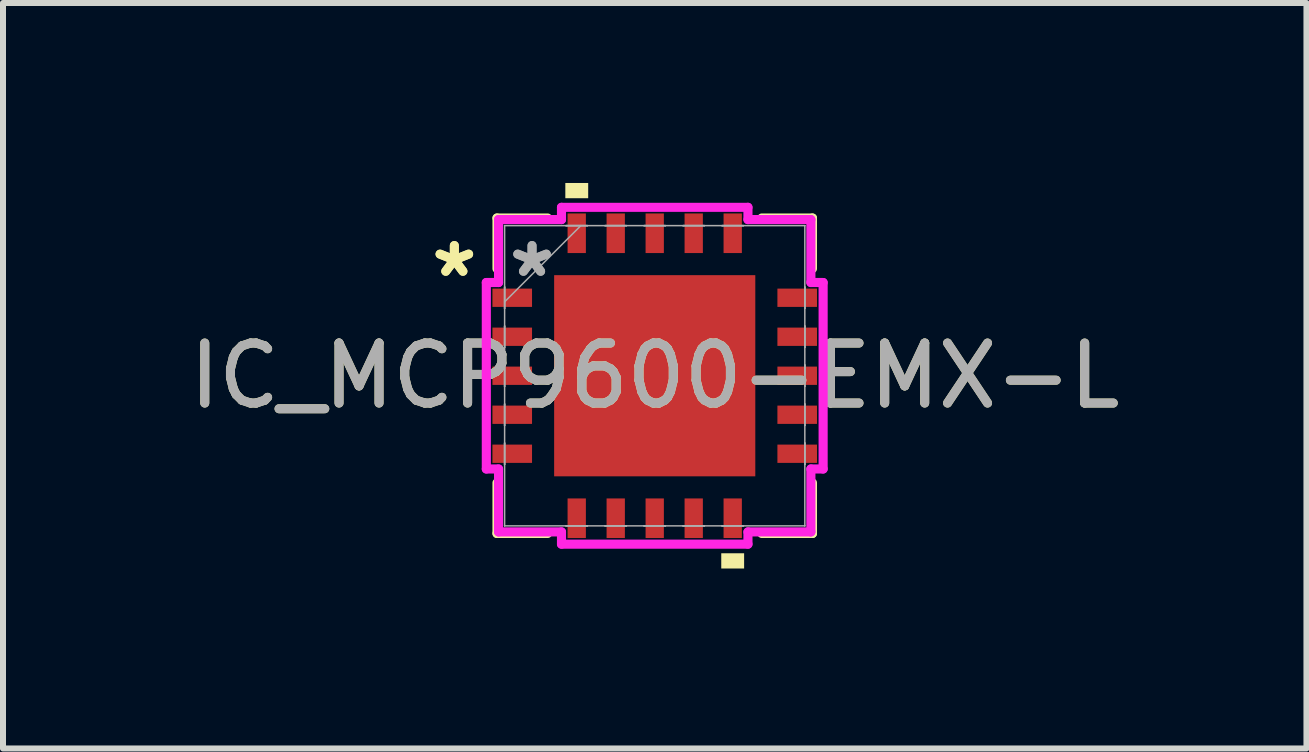
<source format=kicad_pcb>
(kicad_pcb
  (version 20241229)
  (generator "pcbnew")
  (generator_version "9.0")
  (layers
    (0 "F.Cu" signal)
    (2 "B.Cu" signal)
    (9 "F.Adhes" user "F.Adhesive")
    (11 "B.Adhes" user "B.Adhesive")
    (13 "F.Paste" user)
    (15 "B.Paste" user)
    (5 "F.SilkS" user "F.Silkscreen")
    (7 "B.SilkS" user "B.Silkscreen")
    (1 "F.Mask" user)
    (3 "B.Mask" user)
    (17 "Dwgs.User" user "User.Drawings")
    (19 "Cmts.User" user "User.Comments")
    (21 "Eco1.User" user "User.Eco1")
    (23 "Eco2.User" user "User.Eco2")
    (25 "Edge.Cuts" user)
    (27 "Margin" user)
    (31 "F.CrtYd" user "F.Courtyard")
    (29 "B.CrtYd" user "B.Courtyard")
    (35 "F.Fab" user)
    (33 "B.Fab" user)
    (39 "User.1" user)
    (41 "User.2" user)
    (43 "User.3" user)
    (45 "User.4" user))
  (footprint "IC_MCP9600-EMX-L"
    (layer "F.Cu")
    (at 7.863 3.213)
    (property "Reference" "IC_MCP9600-EMX-L" (at 0 0 0) (unlocked yes) (layer "F.SilkS") (effects (font (size 1 1) (thickness 0.15))))
    (attr smd)
    (fp_line (start -2.629 -2.629) (end -2.629 -1.785) (stroke (width 0.152) (type solid)) (layer "F.SilkS"))
    (fp_line (start -2.629 1.785) (end -2.629 2.629) (stroke (width 0.152) (type solid)) (layer "F.SilkS"))
    (fp_line (start -2.629 2.629) (end -1.785 2.629) (stroke (width 0.152) (type solid)) (layer "F.SilkS"))
    (fp_line (start -1.785 -2.629) (end -2.629 -2.629) (stroke (width 0.152) (type solid)) (layer "F.SilkS"))
    (fp_line (start 1.785 2.629) (end 2.629 2.629) (stroke (width 0.152) (type solid)) (layer "F.SilkS"))
    (fp_line (start 2.629 -2.629) (end 1.785 -2.629) (stroke (width 0.152) (type solid)) (layer "F.SilkS"))
    (fp_line (start 2.629 -1.785) (end 2.629 -2.629) (stroke (width 0.152) (type solid)) (layer "F.SilkS"))
    (fp_line (start 2.629 2.629) (end 2.629 1.785) (stroke (width 0.152) (type solid)) (layer "F.SilkS"))
    (fp_poly (pts (xy -1.49 -2.959) (xy -1.49 -3.213) (xy -1.109 -3.213) (xy -1.109 -2.959)) (stroke (width 0) (type solid)) (fill yes) (layer "F.SilkS"))
    (fp_poly (pts (xy 1.109 2.959) (xy 1.109 3.213) (xy 1.49 3.213) (xy 1.49 2.959)) (stroke (width 0) (type solid)) (fill yes) (layer "F.SilkS"))
    (fp_poly (pts (xy -1.576 -1.576) (xy -1.576 -0.1) (xy -0.1 -0.1) (xy -0.1 -1.576)) (stroke (width 0) (type solid)) (fill yes) (layer "F.Paste"))
    (fp_poly (pts (xy -1.576 0.1) (xy -1.576 1.576) (xy -0.1 1.576) (xy -0.1 0.1)) (stroke (width 0) (type solid)) (fill yes) (layer "F.Paste"))
    (fp_poly (pts (xy 0.1 -1.576) (xy 0.1 -0.1) (xy 1.576 -0.1) (xy 1.576 -1.576)) (stroke (width 0) (type solid)) (fill yes) (layer "F.Paste"))
    (fp_poly (pts (xy 0.1 0.1) (xy 0.1 1.576) (xy 1.576 1.576) (xy 1.576 0.1)) (stroke (width 0) (type solid)) (fill yes) (layer "F.Paste"))
    (fp_line (start -2.807 -1.554) (end -2.603 -1.554) (stroke (width 0.152) (type solid)) (layer "F.CrtYd"))
    (fp_line (start -2.807 1.554) (end -2.807 -1.554) (stroke (width 0.152) (type solid)) (layer "F.CrtYd"))
    (fp_line (start -2.603 -2.603) (end -1.554 -2.603) (stroke (width 0.152) (type solid)) (layer "F.CrtYd"))
    (fp_line (start -2.603 -1.554) (end -2.603 -2.603) (stroke (width 0.152) (type solid)) (layer "F.CrtYd"))
    (fp_line (start -2.603 1.554) (end -2.807 1.554) (stroke (width 0.152) (type solid)) (layer "F.CrtYd"))
    (fp_line (start -2.603 2.603) (end -2.603 1.554) (stroke (width 0.152) (type solid)) (layer "F.CrtYd"))
    (fp_line (start -1.554 -2.807) (end 1.554 -2.807) (stroke (width 0.152) (type solid)) (layer "F.CrtYd"))
    (fp_line (start -1.554 -2.603) (end -1.554 -2.807) (stroke (width 0.152) (type solid)) (layer "F.CrtYd"))
    (fp_line (start -1.554 2.603) (end -2.603 2.603) (stroke (width 0.152) (type solid)) (layer "F.CrtYd"))
    (fp_line (start -1.554 2.807) (end -1.554 2.603) (stroke (width 0.152) (type solid)) (layer "F.CrtYd"))
    (fp_line (start 1.554 -2.807) (end 1.554 -2.603) (stroke (width 0.152) (type solid)) (layer "F.CrtYd"))
    (fp_line (start 1.554 -2.603) (end 2.603 -2.603) (stroke (width 0.152) (type solid)) (layer "F.CrtYd"))
    (fp_line (start 1.554 2.603) (end 1.554 2.807) (stroke (width 0.152) (type solid)) (layer "F.CrtYd"))
    (fp_line (start 1.554 2.807) (end -1.554 2.807) (stroke (width 0.152) (type solid)) (layer "F.CrtYd"))
    (fp_line (start 2.603 -2.603) (end 2.603 -1.554) (stroke (width 0.152) (type solid)) (layer "F.CrtYd"))
    (fp_line (start 2.603 -1.554) (end 2.807 -1.554) (stroke (width 0.152) (type solid)) (layer "F.CrtYd"))
    (fp_line (start 2.603 1.554) (end 2.603 2.603) (stroke (width 0.152) (type solid)) (layer "F.CrtYd"))
    (fp_line (start 2.603 2.603) (end 1.554 2.603) (stroke (width 0.152) (type solid)) (layer "F.CrtYd"))
    (fp_line (start 2.807 -1.554) (end 2.807 1.554) (stroke (width 0.152) (type solid)) (layer "F.CrtYd"))
    (fp_line (start 2.807 1.554) (end 2.603 1.554) (stroke (width 0.152) (type solid)) (layer "F.CrtYd"))
    (fp_line (start -2.502 -2.502) (end -2.502 -2.502) (stroke (width 0.025) (type solid)) (layer "F.Fab"))
    (fp_line (start -2.502 -2.502) (end -2.502 2.502) (stroke (width 0.025) (type solid)) (layer "F.Fab"))
    (fp_line (start -2.502 -1.478) (end -2.502 -1.478) (stroke (width 0.025) (type solid)) (layer "F.Fab"))
    (fp_line (start -2.502 -1.478) (end -2.502 -1.122) (stroke (width 0.025) (type solid)) (layer "F.Fab"))
    (fp_line (start -2.502 -1.232) (end -1.232 -2.502) (stroke (width 0.025) (type solid)) (layer "F.Fab"))
    (fp_line (start -2.502 -1.122) (end -2.502 -1.478) (stroke (width 0.025) (type solid)) (layer "F.Fab"))
    (fp_line (start -2.502 -1.122) (end -2.502 -1.122) (stroke (width 0.025) (type solid)) (layer "F.Fab"))
    (fp_line (start -2.502 -0.828) (end -2.502 -0.828) (stroke (width 0.025) (type solid)) (layer "F.Fab"))
    (fp_line (start -2.502 -0.828) (end -2.502 -0.472) (stroke (width 0.025) (type solid)) (layer "F.Fab"))
    (fp_line (start -2.502 -0.472) (end -2.502 -0.828) (stroke (width 0.025) (type solid)) (layer "F.Fab"))
    (fp_line (start -2.502 -0.472) (end -2.502 -0.472) (stroke (width 0.025) (type solid)) (layer "F.Fab"))
    (fp_line (start -2.502 -0.178) (end -2.502 -0.178) (stroke (width 0.025) (type solid)) (layer "F.Fab"))
    (fp_line (start -2.502 -0.178) (end -2.502 0.178) (stroke (width 0.025) (type solid)) (layer "F.Fab"))
    (fp_line (start -2.502 0.178) (end -2.502 -0.178) (stroke (width 0.025) (type solid)) (layer "F.Fab"))
    (fp_line (start -2.502 0.178) (end -2.502 0.178) (stroke (width 0.025) (type solid)) (layer "F.Fab"))
    (fp_line (start -2.502 0.472) (end -2.502 0.472) (stroke (width 0.025) (type solid)) (layer "F.Fab"))
    (fp_line (start -2.502 0.472) (end -2.502 0.828) (stroke (width 0.025) (type solid)) (layer "F.Fab"))
    (fp_line (start -2.502 0.828) (end -2.502 0.472) (stroke (width 0.025) (type solid)) (layer "F.Fab"))
    (fp_line (start -2.502 0.828) (end -2.502 0.828) (stroke (width 0.025) (type solid)) (layer "F.Fab"))
    (fp_line (start -2.502 1.122) (end -2.502 1.122) (stroke (width 0.025) (type solid)) (layer "F.Fab"))
    (fp_line (start -2.502 1.122) (end -2.502 1.478) (stroke (width 0.025) (type solid)) (layer "F.Fab"))
    (fp_line (start -2.502 1.478) (end -2.502 1.122) (stroke (width 0.025) (type solid)) (layer "F.Fab"))
    (fp_line (start -2.502 1.478) (end -2.502 1.478) (stroke (width 0.025) (type solid)) (layer "F.Fab"))
    (fp_line (start -2.502 2.502) (end -2.502 2.502) (stroke (width 0.025) (type solid)) (layer "F.Fab"))
    (fp_line (start -2.502 2.502) (end 2.502 2.502) (stroke (width 0.025) (type solid)) (layer "F.Fab"))
    (fp_line (start -1.478 -2.502) (end -1.478 -2.502) (stroke (width 0.025) (type solid)) (layer "F.Fab"))
    (fp_line (start -1.478 -2.502) (end -1.122 -2.502) (stroke (width 0.025) (type solid)) (layer "F.Fab"))
    (fp_line (start -1.478 2.502) (end -1.478 2.502) (stroke (width 0.025) (type solid)) (layer "F.Fab"))
    (fp_line (start -1.478 2.502) (end -1.122 2.502) (stroke (width 0.025) (type solid)) (layer "F.Fab"))
    (fp_line (start -1.122 -2.502) (end -1.478 -2.502) (stroke (width 0.025) (type solid)) (layer "F.Fab"))
    (fp_line (start -1.122 -2.502) (end -1.122 -2.502) (stroke (width 0.025) (type solid)) (layer "F.Fab"))
    (fp_line (start -1.122 2.502) (end -1.478 2.502) (stroke (width 0.025) (type solid)) (layer "F.Fab"))
    (fp_line (start -1.122 2.502) (end -1.122 2.502) (stroke (width 0.025) (type solid)) (layer "F.Fab"))
    (fp_line (start -0.828 -2.502) (end -0.828 -2.502) (stroke (width 0.025) (type solid)) (layer "F.Fab"))
    (fp_line (start -0.828 -2.502) (end -0.472 -2.502) (stroke (width 0.025) (type solid)) (layer "F.Fab"))
    (fp_line (start -0.828 2.502) (end -0.828 2.502) (stroke (width 0.025) (type solid)) (layer "F.Fab"))
    (fp_line (start -0.828 2.502) (end -0.472 2.502) (stroke (width 0.025) (type solid)) (layer "F.Fab"))
    (fp_line (start -0.472 -2.502) (end -0.828 -2.502) (stroke (width 0.025) (type solid)) (layer "F.Fab"))
    (fp_line (start -0.472 -2.502) (end -0.472 -2.502) (stroke (width 0.025) (type solid)) (layer "F.Fab"))
    (fp_line (start -0.472 2.502) (end -0.828 2.502) (stroke (width 0.025) (type solid)) (layer "F.Fab"))
    (fp_line (start -0.472 2.502) (end -0.472 2.502) (stroke (width 0.025) (type solid)) (layer "F.Fab"))
    (fp_line (start -0.178 -2.502) (end -0.178 -2.502) (stroke (width 0.025) (type solid)) (layer "F.Fab"))
    (fp_line (start -0.178 -2.502) (end 0.178 -2.502) (stroke (width 0.025) (type solid)) (layer "F.Fab"))
    (fp_line (start -0.178 2.502) (end -0.178 2.502) (stroke (width 0.025) (type solid)) (layer "F.Fab"))
    (fp_line (start -0.178 2.502) (end 0.178 2.502) (stroke (width 0.025) (type solid)) (layer "F.Fab"))
    (fp_line (start 0.178 -2.502) (end -0.178 -2.502) (stroke (width 0.025) (type solid)) (layer "F.Fab"))
    (fp_line (start 0.178 -2.502) (end 0.178 -2.502) (stroke (width 0.025) (type solid)) (layer "F.Fab"))
    (fp_line (start 0.178 2.502) (end -0.178 2.502) (stroke (width 0.025) (type solid)) (layer "F.Fab"))
    (fp_line (start 0.178 2.502) (end 0.178 2.502) (stroke (width 0.025) (type solid)) (layer "F.Fab"))
    (fp_line (start 0.472 -2.502) (end 0.472 -2.502) (stroke (width 0.025) (type solid)) (layer "F.Fab"))
    (fp_line (start 0.472 -2.502) (end 0.828 -2.502) (stroke (width 0.025) (type solid)) (layer "F.Fab"))
    (fp_line (start 0.472 2.502) (end 0.472 2.502) (stroke (width 0.025) (type solid)) (layer "F.Fab"))
    (fp_line (start 0.472 2.502) (end 0.828 2.502) (stroke (width 0.025) (type solid)) (layer "F.Fab"))
    (fp_line (start 0.828 -2.502) (end 0.472 -2.502) (stroke (width 0.025) (type solid)) (layer "F.Fab"))
    (fp_line (start 0.828 -2.502) (end 0.828 -2.502) (stroke (width 0.025) (type solid)) (layer "F.Fab"))
    (fp_line (start 0.828 2.502) (end 0.472 2.502) (stroke (width 0.025) (type solid)) (layer "F.Fab"))
    (fp_line (start 0.828 2.502) (end 0.828 2.502) (stroke (width 0.025) (type solid)) (layer "F.Fab"))
    (fp_line (start 1.122 -2.502) (end 1.122 -2.502) (stroke (width 0.025) (type solid)) (layer "F.Fab"))
    (fp_line (start 1.122 -2.502) (end 1.478 -2.502) (stroke (width 0.025) (type solid)) (layer "F.Fab"))
    (fp_line (start 1.122 2.502) (end 1.122 2.502) (stroke (width 0.025) (type solid)) (layer "F.Fab"))
    (fp_line (start 1.122 2.502) (end 1.478 2.502) (stroke (width 0.025) (type solid)) (layer "F.Fab"))
    (fp_line (start 1.478 -2.502) (end 1.122 -2.502) (stroke (width 0.025) (type solid)) (layer "F.Fab"))
    (fp_line (start 1.478 -2.502) (end 1.478 -2.502) (stroke (width 0.025) (type solid)) (layer "F.Fab"))
    (fp_line (start 1.478 2.502) (end 1.122 2.502) (stroke (width 0.025) (type solid)) (layer "F.Fab"))
    (fp_line (start 1.478 2.502) (end 1.478 2.502) (stroke (width 0.025) (type solid)) (layer "F.Fab"))
    (fp_line (start 2.502 -2.502) (end -2.502 -2.502) (stroke (width 0.025) (type solid)) (layer "F.Fab"))
    (fp_line (start 2.502 -2.502) (end 2.502 -2.502) (stroke (width 0.025) (type solid)) (layer "F.Fab"))
    (fp_line (start 2.502 -1.478) (end 2.502 -1.478) (stroke (width 0.025) (type solid)) (layer "F.Fab"))
    (fp_line (start 2.502 -1.478) (end 2.502 -1.122) (stroke (width 0.025) (type solid)) (layer "F.Fab"))
    (fp_line (start 2.502 -1.122) (end 2.502 -1.478) (stroke (width 0.025) (type solid)) (layer "F.Fab"))
    (fp_line (start 2.502 -1.122) (end 2.502 -1.122) (stroke (width 0.025) (type solid)) (layer "F.Fab"))
    (fp_line (start 2.502 -0.828) (end 2.502 -0.828) (stroke (width 0.025) (type solid)) (layer "F.Fab"))
    (fp_line (start 2.502 -0.828) (end 2.502 -0.472) (stroke (width 0.025) (type solid)) (layer "F.Fab"))
    (fp_line (start 2.502 -0.472) (end 2.502 -0.828) (stroke (width 0.025) (type solid)) (layer "F.Fab"))
    (fp_line (start 2.502 -0.472) (end 2.502 -0.472) (stroke (width 0.025) (type solid)) (layer "F.Fab"))
    (fp_line (start 2.502 -0.178) (end 2.502 -0.178) (stroke (width 0.025) (type solid)) (layer "F.Fab"))
    (fp_line (start 2.502 -0.178) (end 2.502 0.178) (stroke (width 0.025) (type solid)) (layer "F.Fab"))
    (fp_line (start 2.502 0.178) (end 2.502 -0.178) (stroke (width 0.025) (type solid)) (layer "F.Fab"))
    (fp_line (start 2.502 0.178) (end 2.502 0.178) (stroke (width 0.025) (type solid)) (layer "F.Fab"))
    (fp_line (start 2.502 0.472) (end 2.502 0.472) (stroke (width 0.025) (type solid)) (layer "F.Fab"))
    (fp_line (start 2.502 0.472) (end 2.502 0.828) (stroke (width 0.025) (type solid)) (layer "F.Fab"))
    (fp_line (start 2.502 0.828) (end 2.502 0.472) (stroke (width 0.025) (type solid)) (layer "F.Fab"))
    (fp_line (start 2.502 0.828) (end 2.502 0.828) (stroke (width 0.025) (type solid)) (layer "F.Fab"))
    (fp_line (start 2.502 1.122) (end 2.502 1.122) (stroke (width 0.025) (type solid)) (layer "F.Fab"))
    (fp_line (start 2.502 1.122) (end 2.502 1.478) (stroke (width 0.025) (type solid)) (layer "F.Fab"))
    (fp_line (start 2.502 1.478) (end 2.502 1.122) (stroke (width 0.025) (type solid)) (layer "F.Fab"))
    (fp_line (start 2.502 1.478) (end 2.502 1.478) (stroke (width 0.025) (type solid)) (layer "F.Fab"))
    (fp_line (start 2.502 2.502) (end 2.502 -2.502) (stroke (width 0.025) (type solid)) (layer "F.Fab"))
    (fp_line (start 2.502 2.502) (end 2.502 2.502) (stroke (width 0.025) (type solid)) (layer "F.Fab"))
    (fp_text user "*" (at -3.34 -1.625 0) (unlocked yes) (layer "F.SilkS") (effects (font (size 1 1) (thickness 0.15))))
    (fp_text user "*" (at -3.34 -1.625 0) (layer "F.SilkS") (effects (font (size 1 1) (thickness 0.15))))
    (fp_text user "*" (at -2.045 -1.625 0) (unlocked yes) (layer "F.Fab") (effects (font (size 1 1) (thickness 0.15))))
    (fp_text user "${REFERENCE}" (at 0 0 0) (unlocked yes) (layer "F.Fab") (effects (font (size 1 1) (thickness 0.15))))
    (fp_text user "*" (at -2.045 -1.625 0) (layer "F.Fab") (effects (font (size 1 1) (thickness 0.15))))
    (pad "1" smd rect (at -2.375 -1.3 90) (size 0.305 0.66) (layers "F.Cu" "F.Mask" "F.Paste"))
    (pad "2" smd rect (at -2.375 -0.65 90) (size 0.305 0.66) (layers "F.Cu" "F.Mask" "F.Paste"))
    (pad "3" smd rect (at -2.375 0 90) (size 0.305 0.66) (layers "F.Cu" "F.Mask" "F.Paste"))
    (pad "4" smd rect (at -2.375 0.65 90) (size 0.305 0.66) (layers "F.Cu" "F.Mask" "F.Paste"))
    (pad "5" smd rect (at -2.375 1.3 90) (size 0.305 0.66) (layers "F.Cu" "F.Mask" "F.Paste"))
    (pad "6" smd rect (at -1.3 2.375) (size 0.305 0.66) (layers "F.Cu" "F.Mask" "F.Paste"))
    (pad "7" smd rect (at -0.65 2.375) (size 0.305 0.66) (layers "F.Cu" "F.Mask" "F.Paste"))
    (pad "8" smd rect (at 0 2.375) (size 0.305 0.66) (layers "F.Cu" "F.Mask" "F.Paste"))
    (pad "9" smd rect (at 0.65 2.375) (size 0.305 0.66) (layers "F.Cu" "F.Mask" "F.Paste"))
    (pad "10" smd rect (at 1.3 2.375) (size 0.305 0.66) (layers "F.Cu" "F.Mask" "F.Paste"))
    (pad "11" smd rect (at 2.375 1.3 90) (size 0.305 0.66) (layers "F.Cu" "F.Mask" "F.Paste"))
    (pad "12" smd rect (at 2.375 0.65 90) (size 0.305 0.66) (layers "F.Cu" "F.Mask" "F.Paste"))
    (pad "13" smd rect (at 2.375 0 90) (size 0.305 0.66) (layers "F.Cu" "F.Mask" "F.Paste"))
    (pad "14" smd rect (at 2.375 -0.65 90) (size 0.305 0.66) (layers "F.Cu" "F.Mask" "F.Paste"))
    (pad "15" smd rect (at 2.375 -1.3 90) (size 0.305 0.66) (layers "F.Cu" "F.Mask" "F.Paste"))
    (pad "16" smd rect (at 1.3 -2.375) (size 0.305 0.66) (layers "F.Cu" "F.Mask" "F.Paste"))
    (pad "17" smd rect (at 0.65 -2.375) (size 0.305 0.66) (layers "F.Cu" "F.Mask" "F.Paste"))
    (pad "18" smd rect (at 0 -2.375) (size 0.305 0.66) (layers "F.Cu" "F.Mask" "F.Paste"))
    (pad "19" smd rect (at -0.65 -2.375) (size 0.305 0.66) (layers "F.Cu" "F.Mask" "F.Paste"))
    (pad "20" smd rect (at -1.3 -2.375) (size 0.305 0.66) (layers "F.Cu" "F.Mask" "F.Paste"))
    (pad "21" smd rect (at 0 0) (size 3.353 3.353) (layers "F.Cu" "F.Mask" "F.Paste")))
  (gr_rect
    (start -3 -3)
    (end 18.726 9.426)
    (stroke (width 0.1) (type default))
    (fill no)
    (layer "Edge.Cuts")))
</source>
